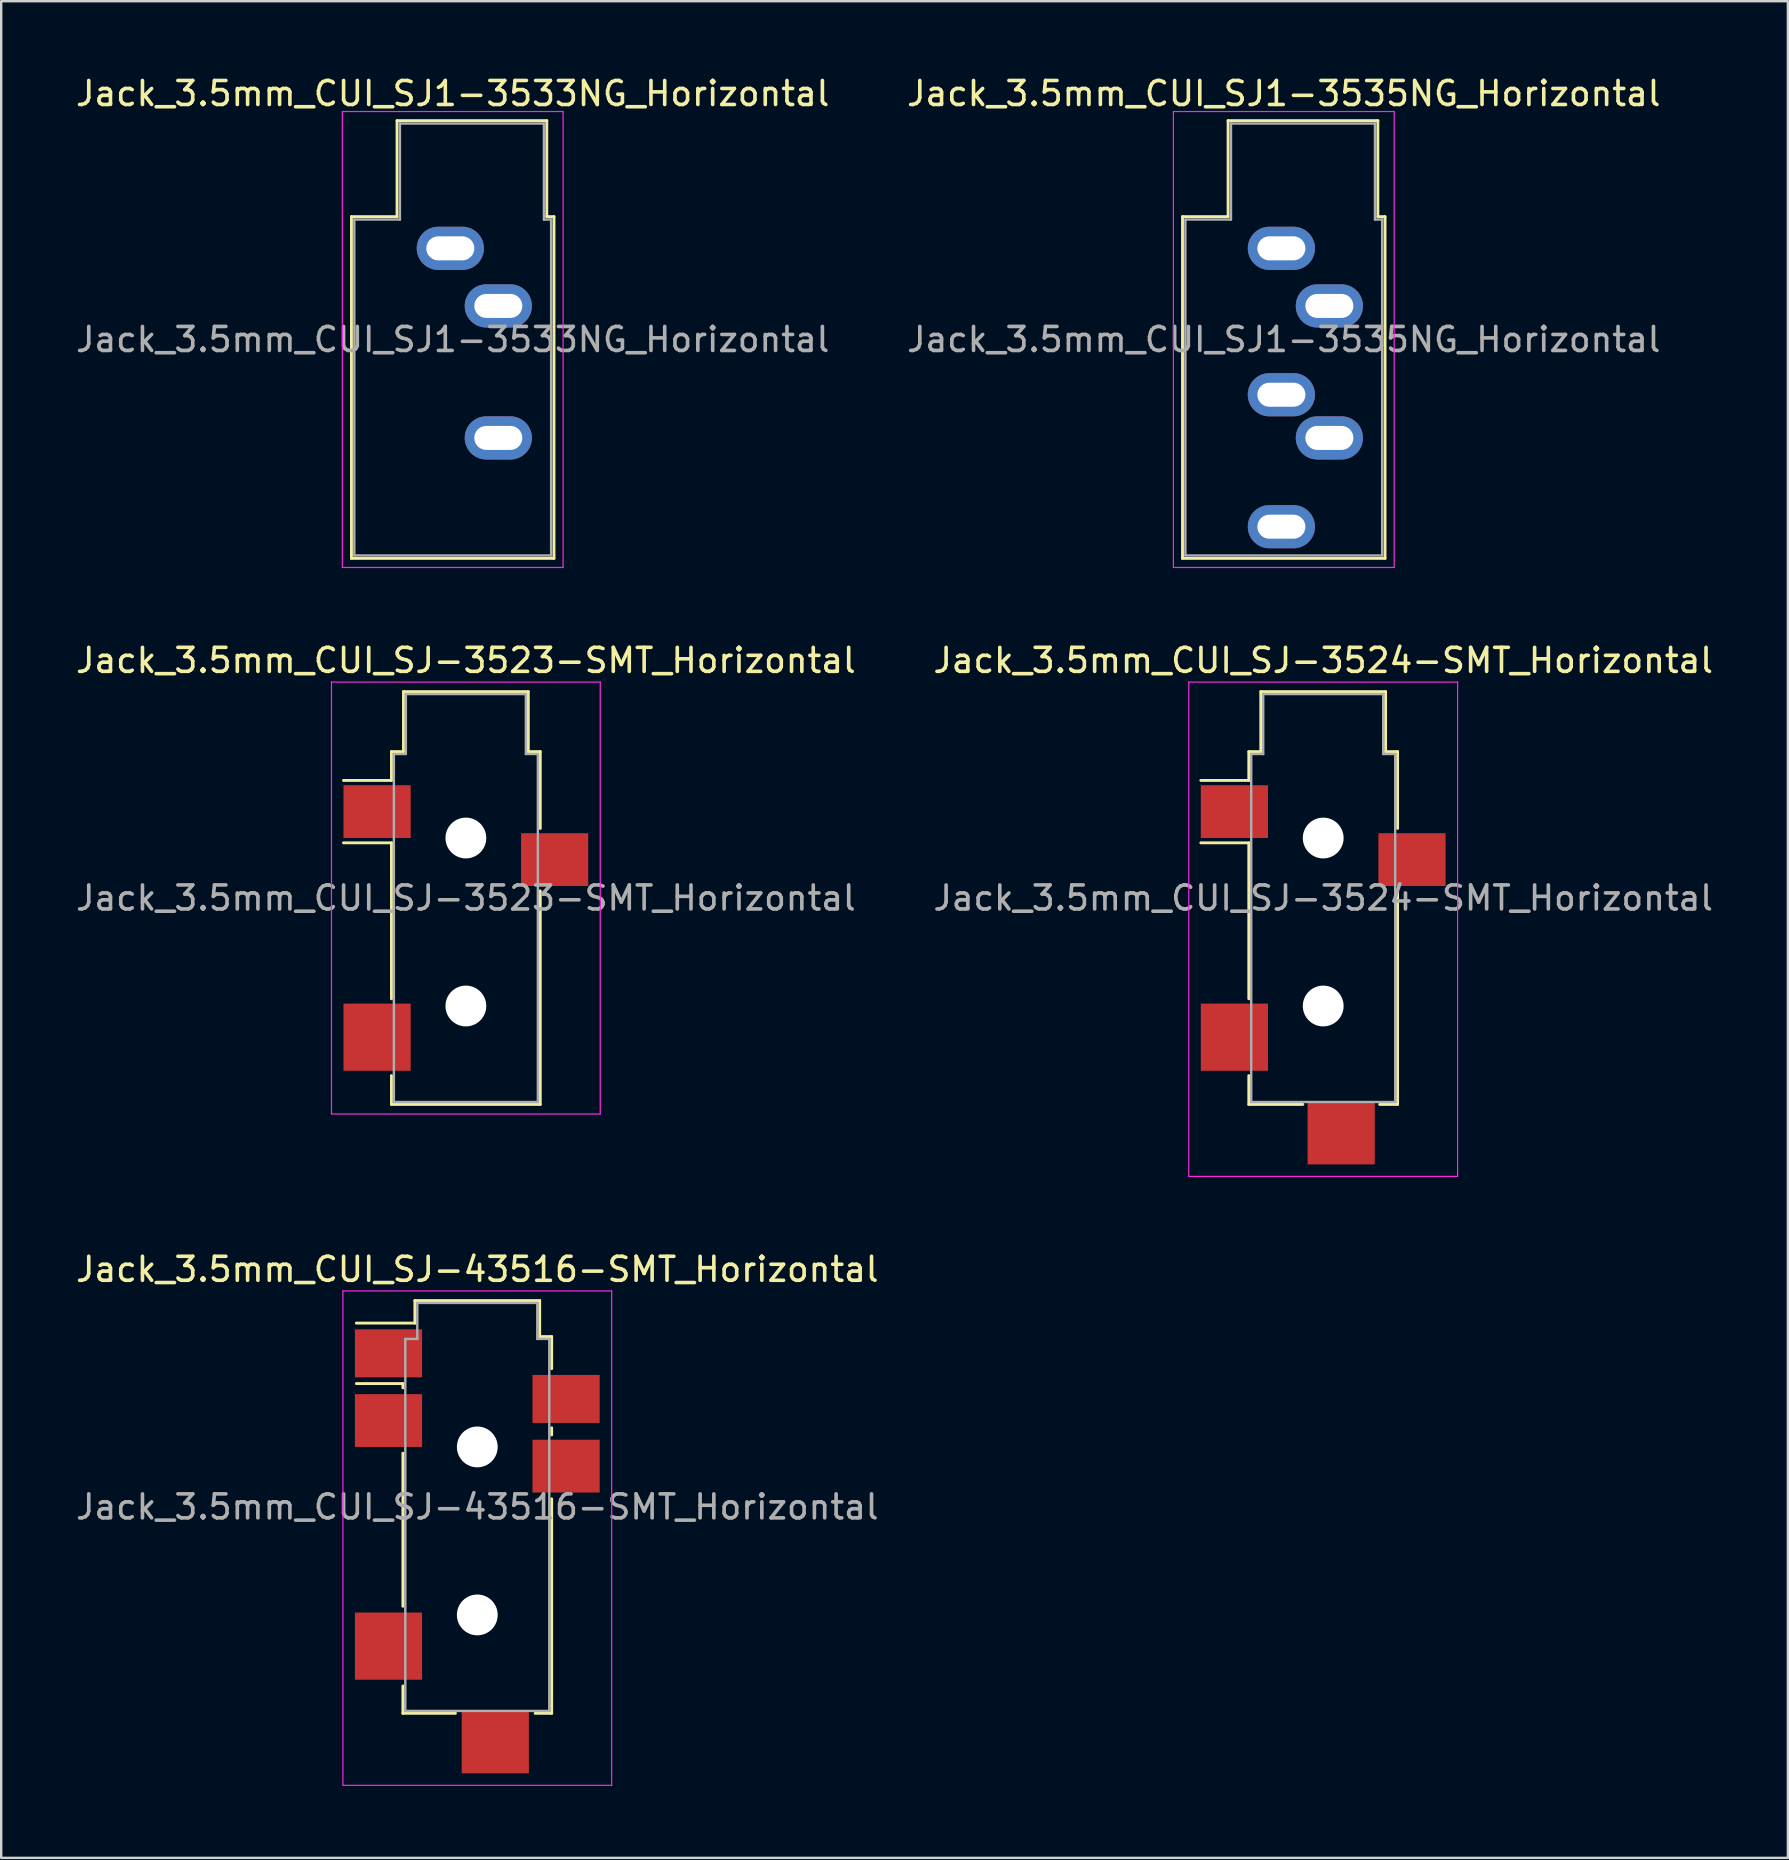
<source format=kicad_pcb>
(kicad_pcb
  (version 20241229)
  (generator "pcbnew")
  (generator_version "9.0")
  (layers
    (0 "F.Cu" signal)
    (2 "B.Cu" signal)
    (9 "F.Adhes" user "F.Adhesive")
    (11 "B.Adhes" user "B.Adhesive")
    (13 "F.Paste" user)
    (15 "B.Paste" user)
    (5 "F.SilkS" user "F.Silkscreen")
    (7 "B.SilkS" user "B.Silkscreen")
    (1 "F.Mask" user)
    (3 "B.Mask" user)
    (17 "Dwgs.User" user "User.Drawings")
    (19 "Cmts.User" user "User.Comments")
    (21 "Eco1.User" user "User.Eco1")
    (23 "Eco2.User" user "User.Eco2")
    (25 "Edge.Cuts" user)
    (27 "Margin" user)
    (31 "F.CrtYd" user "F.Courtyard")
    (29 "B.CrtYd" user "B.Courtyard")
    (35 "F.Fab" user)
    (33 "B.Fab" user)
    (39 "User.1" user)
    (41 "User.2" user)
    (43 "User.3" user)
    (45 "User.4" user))
  (footprint "Jack_3.5mm_CUI_SJ-3523-SMT_Horizontal"
    (layer "F.Cu")
    (at 16.363 34.371)
    (property "Reference" "Jack_3.5mm_CUI_SJ-3523-SMT_Horizontal" (at 0 -9.9 0) (layer "F.SilkS") (effects (font (size 1 1) (thickness 0.15))))
    (attr smd)
    (fp_line (start -3.1 -6.1) (end -2.6 -6.1) (stroke (width 0.12) (type solid)) (layer "F.SilkS"))
    (fp_line (start -3.1 -4.9) (end -5.1 -4.9) (stroke (width 0.12) (type solid)) (layer "F.SilkS"))
    (fp_line (start -3.1 -4.9) (end -3.1 -6.1) (stroke (width 0.12) (type solid)) (layer "F.SilkS"))
    (fp_line (start -3.1 -2.3) (end -5.1 -2.3) (stroke (width 0.12) (type solid)) (layer "F.SilkS"))
    (fp_line (start -3.1 4.2) (end -3.1 -2.3) (stroke (width 0.12) (type solid)) (layer "F.SilkS"))
    (fp_line (start -3.1 8.6) (end -3.1 7.4) (stroke (width 0.12) (type solid)) (layer "F.SilkS"))
    (fp_line (start -2.6 -8.6) (end 2.6 -8.6) (stroke (width 0.12) (type solid)) (layer "F.SilkS"))
    (fp_line (start -2.6 -6.1) (end -2.6 -8.6) (stroke (width 0.12) (type solid)) (layer "F.SilkS"))
    (fp_line (start 2.6 -8.6) (end 2.6 -6.1) (stroke (width 0.12) (type solid)) (layer "F.SilkS"))
    (fp_line (start 2.6 -6.1) (end 3.1 -6.1) (stroke (width 0.12) (type solid)) (layer "F.SilkS"))
    (fp_line (start 3.1 -6.1) (end 3.1 -2.9) (stroke (width 0.12) (type solid)) (layer "F.SilkS"))
    (fp_line (start 3.1 -0.3) (end 3.1 8.6) (stroke (width 0.12) (type solid)) (layer "F.SilkS"))
    (fp_line (start 3.1 8.6) (end -3.1 8.6) (stroke (width 0.12) (type solid)) (layer "F.SilkS"))
    (fp_line (start -5.6 -9) (end 5.6 -9) (stroke (width 0.05) (type solid)) (layer "F.CrtYd"))
    (fp_line (start -5.6 9) (end -5.6 -9) (stroke (width 0.05) (type solid)) (layer "F.CrtYd"))
    (fp_line (start 5.6 -9) (end 5.6 9) (stroke (width 0.05) (type solid)) (layer "F.CrtYd"))
    (fp_line (start 5.6 9) (end -5.6 9) (stroke (width 0.05) (type solid)) (layer "F.CrtYd"))
    (fp_line (start -3 -6) (end -2.5 -6) (stroke (width 0.1) (type solid)) (layer "F.Fab"))
    (fp_line (start -3 8.5) (end -3 -6) (stroke (width 0.1) (type solid)) (layer "F.Fab"))
    (fp_line (start -2.5 -8.5) (end 2.5 -8.5) (stroke (width 0.1) (type solid)) (layer "F.Fab"))
    (fp_line (start -2.5 -6) (end -2.5 -8.5) (stroke (width 0.1) (type solid)) (layer "F.Fab"))
    (fp_line (start 2.5 -8.5) (end 2.5 -6) (stroke (width 0.1) (type solid)) (layer "F.Fab"))
    (fp_line (start 2.5 -6) (end 3 -6) (stroke (width 0.1) (type solid)) (layer "F.Fab"))
    (fp_line (start 3 -6) (end 3 8.5) (stroke (width 0.1) (type solid)) (layer "F.Fab"))
    (fp_line (start 3 8.5) (end -3 8.5) (stroke (width 0.1) (type solid)) (layer "F.Fab"))
    (fp_text user "${REFERENCE}" (at 0 0 0) (layer "F.Fab") (effects (font (size 1 1) (thickness 0.15))))
    (pad "" np_thru_hole circle (at 0 -2.5 270) (size 1.7 1.7) (drill 1.7) (layers "*.Cu" "*.Mask"))
    (pad "" np_thru_hole circle (at 0 4.5 270) (size 1.7 1.7) (drill 1.7) (layers "*.Cu" "*.Mask"))
    (pad "R" smd rect (at 3.7 -1.6) (size 2.8 2.2) (layers "F.Cu" "F.Mask" "F.Paste"))
    (pad "S" smd rect (at -3.7 -3.6) (size 2.8 2.2) (layers "F.Cu" "F.Mask" "F.Paste"))
    (pad "T" smd rect (at -3.7 5.8) (size 2.8 2.8) (layers "F.Cu" "F.Mask" "F.Paste")))
  (footprint "Jack_3.5mm_CUI_SJ1-3535NG_Horizontal"
    (layer "F.Cu")
    (at 50.346 7.298)
    (property "Reference" "Jack_3.5mm_CUI_SJ1-3535NG_Horizontal" (at 0.1 -6.45 0) (layer "F.SilkS") (effects (font (size 1 1) (thickness 0.15))))
    (attr through_hole)
    (fp_line (start -4.12 -1.32) (end -2.22 -1.32) (stroke (width 0.12) (type solid)) (layer "F.SilkS"))
    (fp_line (start -4.12 12.92) (end -4.12 -1.32) (stroke (width 0.12) (type solid)) (layer "F.SilkS"))
    (fp_line (start -2.22 -5.32) (end 4.02 -5.32) (stroke (width 0.12) (type solid)) (layer "F.SilkS"))
    (fp_line (start -2.22 -1.32) (end -2.22 -5.32) (stroke (width 0.12) (type solid)) (layer "F.SilkS"))
    (fp_line (start 4.02 -5.32) (end 4.02 -1.32) (stroke (width 0.12) (type solid)) (layer "F.SilkS"))
    (fp_line (start 4.02 -1.32) (end 4.32 -1.32) (stroke (width 0.12) (type solid)) (layer "F.SilkS"))
    (fp_line (start 4.32 -1.32) (end 4.32 12.92) (stroke (width 0.12) (type solid)) (layer "F.SilkS"))
    (fp_line (start 4.32 12.92) (end -4.12 12.92) (stroke (width 0.12) (type solid)) (layer "F.SilkS"))
    (fp_line (start -4.5 -5.7) (end -4.5 13.3) (stroke (width 0.05) (type solid)) (layer "F.CrtYd"))
    (fp_line (start -4.5 13.3) (end 4.7 13.3) (stroke (width 0.05) (type solid)) (layer "F.CrtYd"))
    (fp_line (start 4.7 -5.7) (end -4.5 -5.7) (stroke (width 0.05) (type solid)) (layer "F.CrtYd"))
    (fp_line (start 4.7 13.3) (end 4.7 -5.7) (stroke (width 0.05) (type solid)) (layer "F.CrtYd"))
    (fp_line (start -4 -1.2) (end -2.1 -1.2) (stroke (width 0.1) (type solid)) (layer "F.Fab"))
    (fp_line (start -4 12.8) (end -4 -1.2) (stroke (width 0.1) (type solid)) (layer "F.Fab"))
    (fp_line (start -2.1 -5.2) (end 3.9 -5.2) (stroke (width 0.1) (type solid)) (layer "F.Fab"))
    (fp_line (start -2.1 -1.2) (end -2.1 -5.2) (stroke (width 0.1) (type solid)) (layer "F.Fab"))
    (fp_line (start 3.9 -5.2) (end 3.9 -1.2) (stroke (width 0.1) (type solid)) (layer "F.Fab"))
    (fp_line (start 3.9 -1.2) (end 4.2 -1.2) (stroke (width 0.1) (type solid)) (layer "F.Fab"))
    (fp_line (start 4.2 -1.2) (end 4.2 12.8) (stroke (width 0.1) (type solid)) (layer "F.Fab"))
    (fp_line (start 4.2 12.8) (end -4 12.8) (stroke (width 0.1) (type solid)) (layer "F.Fab"))
    (fp_text user "${REFERENCE}" (at 0.1 3.8 0) (layer "F.Fab") (effects (font (size 1 1) (thickness 0.15))))
    (pad "R" thru_hole oval (at 2 7.9) (size 2.8 1.8) (drill oval 2 1) (layers "*.Cu" "*.Mask"))
    (pad "RN" thru_hole oval (at 0 6.1) (size 2.8 1.8) (drill oval 2 1) (layers "*.Cu" "*.Mask"))
    (pad "S" thru_hole oval (at 0 0) (size 2.8 1.8) (drill oval 2 1) (layers "*.Cu" "*.Mask"))
    (pad "T" thru_hole oval (at 2 2.4) (size 2.8 1.8) (drill oval 2 1) (layers "*.Cu" "*.Mask"))
    (pad "TN" thru_hole oval (at 0 11.6) (size 2.8 1.8) (drill oval 2 1) (layers "*.Cu" "*.Mask")))
  (footprint "Jack_3.5mm_CUI_SJ-3524-SMT_Horizontal"
    (layer "F.Cu")
    (at 52.089 34.371)
    (property "Reference" "Jack_3.5mm_CUI_SJ-3524-SMT_Horizontal" (at 0 -9.9 0) (layer "F.SilkS") (effects (font (size 1 1) (thickness 0.15))))
    (attr smd)
    (fp_line (start -3.1 -6.1) (end -2.6 -6.1) (stroke (width 0.12) (type solid)) (layer "F.SilkS"))
    (fp_line (start -3.1 -4.9) (end -5.1 -4.9) (stroke (width 0.12) (type solid)) (layer "F.SilkS"))
    (fp_line (start -3.1 -4.9) (end -3.1 -6.1) (stroke (width 0.12) (type solid)) (layer "F.SilkS"))
    (fp_line (start -3.1 -2.3) (end -5.1 -2.3) (stroke (width 0.12) (type solid)) (layer "F.SilkS"))
    (fp_line (start -3.1 4.2) (end -3.1 -2.3) (stroke (width 0.12) (type solid)) (layer "F.SilkS"))
    (fp_line (start -3.1 8.6) (end -3.1 7.4) (stroke (width 0.12) (type solid)) (layer "F.SilkS"))
    (fp_line (start -2.6 -8.6) (end 2.6 -8.6) (stroke (width 0.12) (type solid)) (layer "F.SilkS"))
    (fp_line (start -2.6 -6.1) (end -2.6 -8.6) (stroke (width 0.12) (type solid)) (layer "F.SilkS"))
    (fp_line (start -0.85 8.6) (end -3.1 8.6) (stroke (width 0.12) (type solid)) (layer "F.SilkS"))
    (fp_line (start 2.6 -8.6) (end 2.6 -6.1) (stroke (width 0.12) (type solid)) (layer "F.SilkS"))
    (fp_line (start 2.6 -6.1) (end 3.1 -6.1) (stroke (width 0.12) (type solid)) (layer "F.SilkS"))
    (fp_line (start 3.1 -6.1) (end 3.1 -2.9) (stroke (width 0.12) (type solid)) (layer "F.SilkS"))
    (fp_line (start 3.1 -0.3) (end 3.1 8.6) (stroke (width 0.12) (type solid)) (layer "F.SilkS"))
    (fp_line (start 3.1 8.6) (end 2.35 8.6) (stroke (width 0.12) (type solid)) (layer "F.SilkS"))
    (fp_line (start -5.6 -9) (end 5.6 -9) (stroke (width 0.05) (type solid)) (layer "F.CrtYd"))
    (fp_line (start -5.6 11.6) (end -5.6 -9) (stroke (width 0.05) (type solid)) (layer "F.CrtYd"))
    (fp_line (start 5.6 -9) (end 5.6 11.6) (stroke (width 0.05) (type solid)) (layer "F.CrtYd"))
    (fp_line (start 5.6 11.6) (end -5.6 11.6) (stroke (width 0.05) (type solid)) (layer "F.CrtYd"))
    (fp_line (start -3 -6) (end -2.5 -6) (stroke (width 0.1) (type solid)) (layer "F.Fab"))
    (fp_line (start -3 8.5) (end -3 -6) (stroke (width 0.1) (type solid)) (layer "F.Fab"))
    (fp_line (start -2.5 -8.5) (end 2.5 -8.5) (stroke (width 0.1) (type solid)) (layer "F.Fab"))
    (fp_line (start -2.5 -6) (end -2.5 -8.5) (stroke (width 0.1) (type solid)) (layer "F.Fab"))
    (fp_line (start 2.5 -8.5) (end 2.5 -6) (stroke (width 0.1) (type solid)) (layer "F.Fab"))
    (fp_line (start 2.5 -6) (end 3 -6) (stroke (width 0.1) (type solid)) (layer "F.Fab"))
    (fp_line (start 3 -6) (end 3 8.5) (stroke (width 0.1) (type solid)) (layer "F.Fab"))
    (fp_line (start 3 8.5) (end -3 8.5) (stroke (width 0.1) (type solid)) (layer "F.Fab"))
    (fp_text user "${REFERENCE}" (at 0 0 0) (layer "F.Fab") (effects (font (size 1 1) (thickness 0.15))))
    (pad "" np_thru_hole circle (at 0 -2.5 270) (size 1.7 1.7) (drill 1.7) (layers "*.Cu" "*.Mask"))
    (pad "" np_thru_hole circle (at 0 4.5 270) (size 1.7 1.7) (drill 1.7) (layers "*.Cu" "*.Mask"))
    (pad "R" smd rect (at 3.7 -1.6) (size 2.8 2.2) (layers "F.Cu" "F.Mask" "F.Paste"))
    (pad "S" smd rect (at -3.7 -3.6) (size 2.8 2.2) (layers "F.Cu" "F.Mask" "F.Paste"))
    (pad "T" smd rect (at -3.7 5.8) (size 2.8 2.8) (layers "F.Cu" "F.Mask" "F.Paste"))
    (pad "TN" smd rect (at 0.75 9.8) (size 2.8 2.6) (layers "F.Cu" "F.Mask" "F.Paste")))
  (footprint "Jack_3.5mm_CUI_SJ1-3533NG_Horizontal"
    (layer "F.Cu")
    (at 15.715 7.298)
    (property "Reference" "Jack_3.5mm_CUI_SJ1-3533NG_Horizontal" (at 0.1 -6.45 0) (layer "F.SilkS") (effects (font (size 1 1) (thickness 0.15))))
    (attr through_hole)
    (fp_line (start -4.12 -1.32) (end -2.22 -1.32) (stroke (width 0.12) (type solid)) (layer "F.SilkS"))
    (fp_line (start -4.12 12.92) (end -4.12 -1.32) (stroke (width 0.12) (type solid)) (layer "F.SilkS"))
    (fp_line (start -2.22 -5.32) (end 4.02 -5.32) (stroke (width 0.12) (type solid)) (layer "F.SilkS"))
    (fp_line (start -2.22 -1.32) (end -2.22 -5.32) (stroke (width 0.12) (type solid)) (layer "F.SilkS"))
    (fp_line (start 4.02 -5.32) (end 4.02 -1.32) (stroke (width 0.12) (type solid)) (layer "F.SilkS"))
    (fp_line (start 4.02 -1.32) (end 4.32 -1.32) (stroke (width 0.12) (type solid)) (layer "F.SilkS"))
    (fp_line (start 4.32 -1.32) (end 4.32 12.92) (stroke (width 0.12) (type solid)) (layer "F.SilkS"))
    (fp_line (start 4.32 12.92) (end -4.12 12.92) (stroke (width 0.12) (type solid)) (layer "F.SilkS"))
    (fp_line (start -4.5 -5.7) (end -4.5 13.3) (stroke (width 0.05) (type solid)) (layer "F.CrtYd"))
    (fp_line (start -4.5 13.3) (end 4.7 13.3) (stroke (width 0.05) (type solid)) (layer "F.CrtYd"))
    (fp_line (start 4.7 -5.7) (end -4.5 -5.7) (stroke (width 0.05) (type solid)) (layer "F.CrtYd"))
    (fp_line (start 4.7 13.3) (end 4.7 -5.7) (stroke (width 0.05) (type solid)) (layer "F.CrtYd"))
    (fp_line (start -4 -1.2) (end -2.1 -1.2) (stroke (width 0.1) (type solid)) (layer "F.Fab"))
    (fp_line (start -4 12.8) (end -4 -1.2) (stroke (width 0.1) (type solid)) (layer "F.Fab"))
    (fp_line (start -2.1 -5.2) (end 3.9 -5.2) (stroke (width 0.1) (type solid)) (layer "F.Fab"))
    (fp_line (start -2.1 -1.2) (end -2.1 -5.2) (stroke (width 0.1) (type solid)) (layer "F.Fab"))
    (fp_line (start 3.9 -5.2) (end 3.9 -1.2) (stroke (width 0.1) (type solid)) (layer "F.Fab"))
    (fp_line (start 3.9 -1.2) (end 4.2 -1.2) (stroke (width 0.1) (type solid)) (layer "F.Fab"))
    (fp_line (start 4.2 -1.2) (end 4.2 12.8) (stroke (width 0.1) (type solid)) (layer "F.Fab"))
    (fp_line (start 4.2 12.8) (end -4 12.8) (stroke (width 0.1) (type solid)) (layer "F.Fab"))
    (fp_text user "${REFERENCE}" (at 0.1 3.8 0) (layer "F.Fab") (effects (font (size 1 1) (thickness 0.15))))
    (pad "R" thru_hole oval (at 2 7.9) (size 2.8 1.8) (drill oval 2 1) (layers "*.Cu" "*.Mask"))
    (pad "S" thru_hole oval (at 0 0) (size 2.8 1.8) (drill oval 2 1) (layers "*.Cu" "*.Mask"))
    (pad "T" thru_hole oval (at 2 2.4) (size 2.8 1.8) (drill oval 2 1) (layers "*.Cu" "*.Mask")))
  (footprint "Jack_3.5mm_CUI_SJ-43516-SMT_Horizontal"
    (layer "F.Cu")
    (at 16.839 61.045)
    (property "Reference" "Jack_3.5mm_CUI_SJ-43516-SMT_Horizontal" (at 0 -11.2 0) (layer "F.SilkS") (effects (font (size 1 1) (thickness 0.15))))
    (attr smd)
    (fp_line (start -3.1 -6.44) (end -5.04 -6.44) (stroke (width 0.12) (type solid)) (layer "F.SilkS"))
    (fp_line (start -3.1 -6.26) (end -3.1 -6.44) (stroke (width 0.12) (type solid)) (layer "F.SilkS"))
    (fp_line (start -3.1 2.84) (end -3.1 -3.54) (stroke (width 0.12) (type solid)) (layer "F.SilkS"))
    (fp_line (start -3.1 7.3) (end -3.1 6.16) (stroke (width 0.12) (type solid)) (layer "F.SilkS"))
    (fp_line (start -2.6 -9.9) (end 2.6 -9.9) (stroke (width 0.12) (type solid)) (layer "F.SilkS"))
    (fp_line (start -2.6 -8.96) (end -5.04 -8.96) (stroke (width 0.12) (type solid)) (layer "F.SilkS"))
    (fp_line (start -2.6 -8.96) (end -2.6 -9.9) (stroke (width 0.12) (type solid)) (layer "F.SilkS"))
    (fp_line (start -0.91 7.3) (end -3.1 7.3) (stroke (width 0.12) (type solid)) (layer "F.SilkS"))
    (fp_line (start 2.6 -9.9) (end 2.6 -8.4) (stroke (width 0.12) (type solid)) (layer "F.SilkS"))
    (fp_line (start 2.6 -8.4) (end 3.1 -8.4) (stroke (width 0.12) (type solid)) (layer "F.SilkS"))
    (fp_line (start 3.1 -8.4) (end 3.1 -7.06) (stroke (width 0.12) (type solid)) (layer "F.SilkS"))
    (fp_line (start 3.1 -4.6) (end 3.1 -4.3) (stroke (width 0.12) (type solid)) (layer "F.SilkS"))
    (fp_line (start 3.1 -1.64) (end 3.1 7.3) (stroke (width 0.12) (type solid)) (layer "F.SilkS"))
    (fp_line (start 3.1 7.3) (end 2.41 7.3) (stroke (width 0.12) (type solid)) (layer "F.SilkS"))
    (fp_line (start -5.6 -10.3) (end 5.6 -10.3) (stroke (width 0.05) (type solid)) (layer "F.CrtYd"))
    (fp_line (start -5.6 10.3) (end -5.6 -10.3) (stroke (width 0.05) (type solid)) (layer "F.CrtYd"))
    (fp_line (start 5.6 -10.3) (end 5.6 10.3) (stroke (width 0.05) (type solid)) (layer "F.CrtYd"))
    (fp_line (start 5.6 10.3) (end -5.6 10.3) (stroke (width 0.05) (type solid)) (layer "F.CrtYd"))
    (fp_line (start -3 -8.3) (end -2.5 -8.3) (stroke (width 0.1) (type solid)) (layer "F.Fab"))
    (fp_line (start -3 7.2) (end -3 -8.3) (stroke (width 0.1) (type solid)) (layer "F.Fab"))
    (fp_line (start -2.5 -9.8) (end 2.5 -9.8) (stroke (width 0.1) (type solid)) (layer "F.Fab"))
    (fp_line (start -2.5 -8.3) (end -2.5 -9.8) (stroke (width 0.1) (type solid)) (layer "F.Fab"))
    (fp_line (start 2.5 -9.8) (end 2.5 -8.3) (stroke (width 0.1) (type solid)) (layer "F.Fab"))
    (fp_line (start 2.5 -8.3) (end 3 -8.3) (stroke (width 0.1) (type solid)) (layer "F.Fab"))
    (fp_line (start 3 -8.3) (end 3 7.2) (stroke (width 0.1) (type solid)) (layer "F.Fab"))
    (fp_line (start 3 7.2) (end -3 7.2) (stroke (width 0.1) (type solid)) (layer "F.Fab"))
    (fp_text user "${REFERENCE}" (at 0 -1.3 0) (layer "F.Fab") (effects (font (size 1 1) (thickness 0.15))))
    (pad "" np_thru_hole circle (at 0 -3.8) (size 1.7 1.7) (drill 1.7) (layers "*.Cu" "*.Mask"))
    (pad "" np_thru_hole circle (at 0 3.2) (size 1.7 1.7) (drill 1.7) (layers "*.Cu" "*.Mask"))
    (pad "R1" smd rect (at 3.7 -3) (size 2.8 2.2) (layers "F.Cu" "F.Mask" "F.Paste"))
    (pad "R1N" smd rect (at 3.7 -5.8) (size 2.8 2) (layers "F.Cu" "F.Mask" "F.Paste"))
    (pad "R2" smd rect (at -3.7 -4.9) (size 2.8 2.2) (layers "F.Cu" "F.Mask" "F.Paste"))
    (pad "S" smd rect (at -3.7 -7.7) (size 2.8 2) (layers "F.Cu" "F.Mask" "F.Paste"))
    (pad "T" smd rect (at -3.7 4.5) (size 2.8 2.8) (layers "F.Cu" "F.Mask" "F.Paste"))
    (pad "TN" smd rect (at 0.75 8.5) (size 2.8 2.6) (layers "F.Cu" "F.Mask" "F.Paste")))
  (gr_rect
    (start -3 -3)
    (end 71.452 74.37)
    (stroke (width 0.1) (type default))
    (fill no)
    (layer "Edge.Cuts")))
</source>
